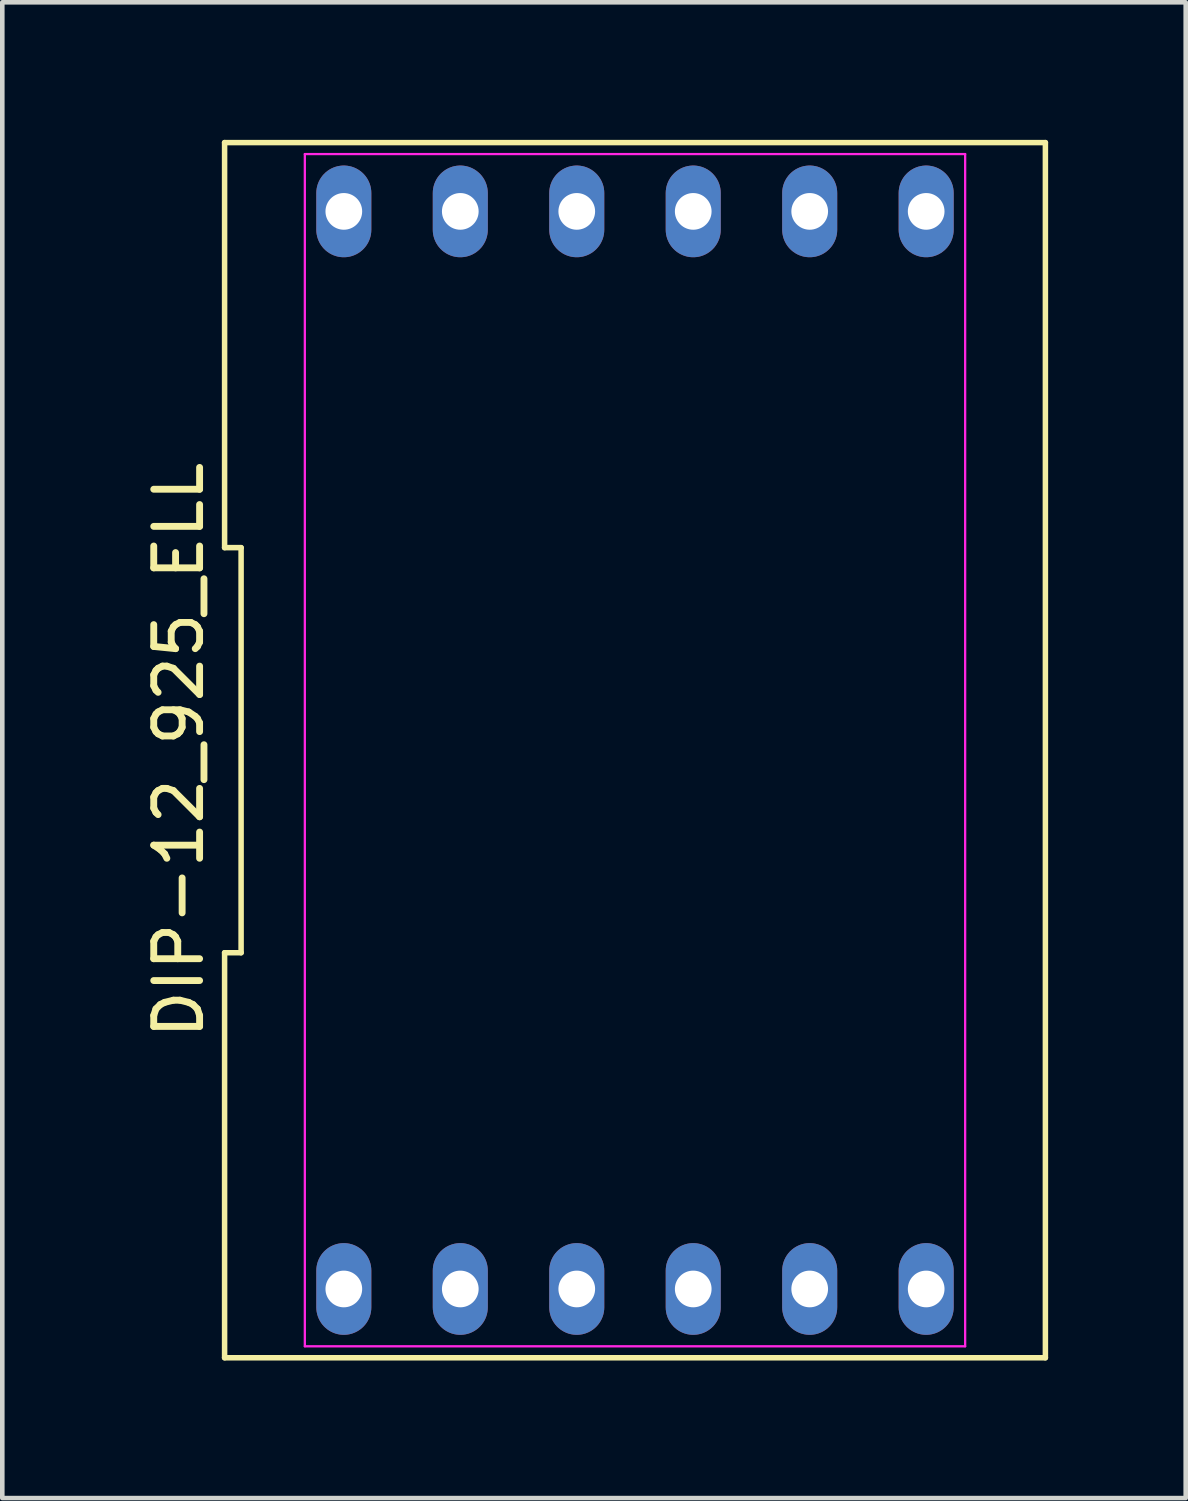
<source format=kicad_pcb>
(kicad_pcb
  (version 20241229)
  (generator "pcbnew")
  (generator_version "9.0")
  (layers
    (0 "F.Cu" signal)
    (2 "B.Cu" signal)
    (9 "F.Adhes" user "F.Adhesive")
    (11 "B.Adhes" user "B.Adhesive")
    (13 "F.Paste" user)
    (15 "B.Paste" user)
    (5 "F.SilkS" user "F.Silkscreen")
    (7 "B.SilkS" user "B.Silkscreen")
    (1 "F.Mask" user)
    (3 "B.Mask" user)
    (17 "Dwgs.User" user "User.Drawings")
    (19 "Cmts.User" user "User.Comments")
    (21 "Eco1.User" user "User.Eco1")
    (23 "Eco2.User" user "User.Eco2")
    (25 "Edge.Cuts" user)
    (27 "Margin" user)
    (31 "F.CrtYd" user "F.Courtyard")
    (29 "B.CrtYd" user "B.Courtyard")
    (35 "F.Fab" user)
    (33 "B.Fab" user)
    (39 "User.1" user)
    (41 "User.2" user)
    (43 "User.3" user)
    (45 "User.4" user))
  (footprint "DIP-12_925_ELL"
    (layer "F.Cu")
    (at 10.798 13.31)
    (property "Reference" "DIP-12_925_ELL" (at -9.95 0 90) (layer "F.SilkS") (effects (font (size 1 1) (thickness 0.15))))
    (attr through_hole)
    (fp_line (start -8.95 -13.25) (end -8.95 -4.417) (stroke (width 0.12) (type solid)) (layer "F.SilkS"))
    (fp_line (start -8.95 -4.417) (end -8.59 -4.417) (stroke (width 0.12) (type solid)) (layer "F.SilkS"))
    (fp_line (start -8.95 4.417) (end -8.95 13.25) (stroke (width 0.12) (type solid)) (layer "F.SilkS"))
    (fp_line (start -8.95 13.25) (end 8.95 13.25) (stroke (width 0.12) (type solid)) (layer "F.SilkS"))
    (fp_line (start -8.59 -4.417) (end -8.59 4.417) (stroke (width 0.12) (type solid)) (layer "F.SilkS"))
    (fp_line (start -8.59 4.417) (end -8.95 4.417) (stroke (width 0.12) (type solid)) (layer "F.SilkS"))
    (fp_line (start 8.95 -13.25) (end -8.95 -13.25) (stroke (width 0.12) (type solid)) (layer "F.SilkS"))
    (fp_line (start 8.95 13.25) (end 8.95 -13.25) (stroke (width 0.12) (type solid)) (layer "F.SilkS"))
    (fp_line (start -7.2 -13) (end 7.2 -13) (stroke (width 0.05) (type solid)) (layer "F.CrtYd"))
    (fp_line (start -7.2 13) (end -7.2 -13) (stroke (width 0.05) (type solid)) (layer "F.CrtYd"))
    (fp_line (start 7.2 -13) (end 7.2 13) (stroke (width 0.05) (type solid)) (layer "F.CrtYd"))
    (fp_line (start 7.2 13) (end -7.2 13) (stroke (width 0.05) (type solid)) (layer "F.CrtYd"))
    (pad "1" thru_hole oval (at -6.35 11.75) (size 1.2 2) (drill 0.8) (layers "*.Cu" "*.Mask"))
    (pad "2" thru_hole oval (at -3.81 11.75) (size 1.2 2) (drill 0.8) (layers "*.Cu" "*.Mask"))
    (pad "3" thru_hole oval (at -1.27 11.75) (size 1.2 2) (drill 0.8) (layers "*.Cu" "*.Mask"))
    (pad "4" thru_hole oval (at 1.27 11.75) (size 1.2 2) (drill 0.8) (layers "*.Cu" "*.Mask"))
    (pad "5" thru_hole oval (at 3.81 11.75) (size 1.2 2) (drill 0.8) (layers "*.Cu" "*.Mask"))
    (pad "6" thru_hole oval (at 6.35 11.75) (size 1.2 2) (drill 0.8) (layers "*.Cu" "*.Mask"))
    (pad "7" thru_hole oval (at 6.35 -11.75) (size 1.2 2) (drill 0.8) (layers "*.Cu" "*.Mask"))
    (pad "8" thru_hole oval (at 3.81 -11.75) (size 1.2 2) (drill 0.8) (layers "*.Cu" "*.Mask"))
    (pad "9" thru_hole oval (at 1.27 -11.75) (size 1.2 2) (drill 0.8) (layers "*.Cu" "*.Mask"))
    (pad "10" thru_hole oval (at -1.27 -11.75) (size 1.2 2) (drill 0.8) (layers "*.Cu" "*.Mask"))
    (pad "11" thru_hole oval (at -3.81 -11.75) (size 1.2 2) (drill 0.8) (layers "*.Cu" "*.Mask"))
    (pad "12" thru_hole oval (at -6.35 -11.75) (size 1.2 2) (drill 0.8) (layers "*.Cu" "*.Mask")))
  (gr_rect
    (start -3 -3)
    (end 22.808 29.62)
    (stroke (width 0.1) (type default))
    (fill no)
    (layer "Edge.Cuts")))
</source>
